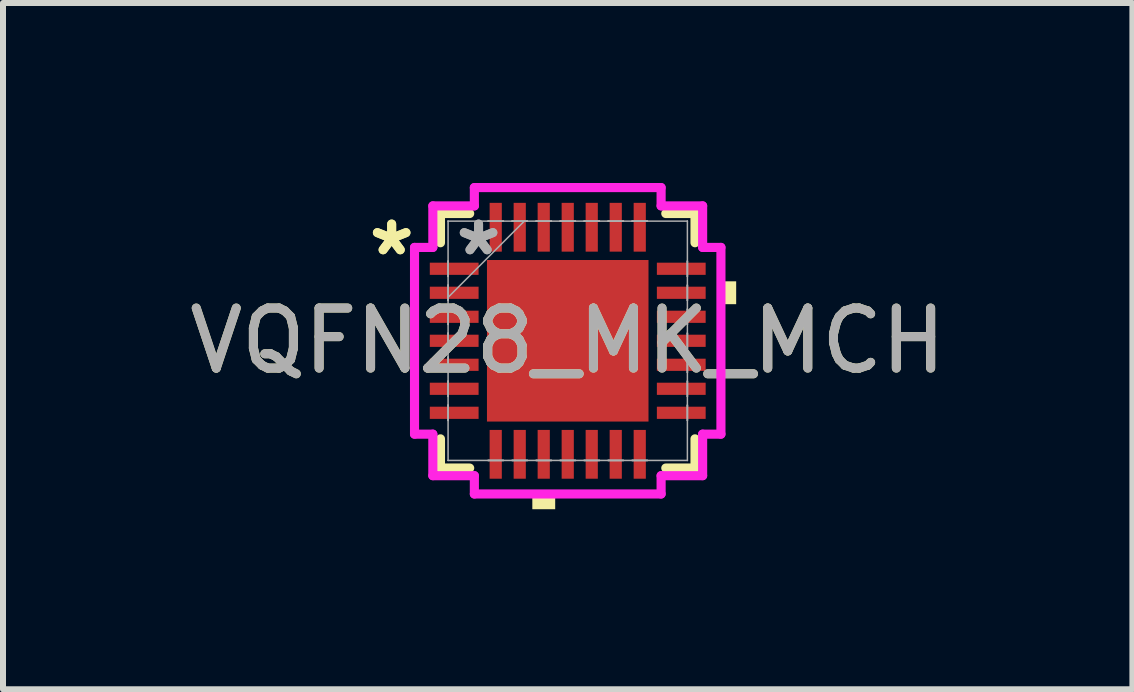
<source format=kicad_pcb>
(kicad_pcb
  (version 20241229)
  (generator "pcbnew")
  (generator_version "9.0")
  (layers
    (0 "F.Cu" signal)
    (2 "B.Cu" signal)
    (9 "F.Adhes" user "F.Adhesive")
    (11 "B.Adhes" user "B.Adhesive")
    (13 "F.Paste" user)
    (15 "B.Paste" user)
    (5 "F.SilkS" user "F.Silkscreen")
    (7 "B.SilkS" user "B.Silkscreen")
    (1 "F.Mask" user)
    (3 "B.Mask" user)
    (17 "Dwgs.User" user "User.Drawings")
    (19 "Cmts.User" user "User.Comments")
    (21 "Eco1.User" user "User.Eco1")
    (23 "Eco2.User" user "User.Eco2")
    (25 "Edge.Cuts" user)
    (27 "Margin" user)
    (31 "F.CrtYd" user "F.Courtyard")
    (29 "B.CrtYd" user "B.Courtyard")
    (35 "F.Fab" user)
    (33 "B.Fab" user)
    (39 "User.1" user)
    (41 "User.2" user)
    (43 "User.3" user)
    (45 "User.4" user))
  (footprint "VQFN28_MK_MCH"
    (layer "F.Cu")
    (at 6.411 2.629)
    (property "Reference" "VQFN28_MK_MCH" (at 0 0 0) (unlocked yes) (layer "F.SilkS") (effects (font (size 1 1) (thickness 0.15))))
    (attr smd)
    (fp_line (start -2.121 -2.121) (end -2.121 -1.634) (stroke (width 0.152) (type solid)) (layer "F.SilkS"))
    (fp_line (start -2.121 1.634) (end -2.121 2.121) (stroke (width 0.152) (type solid)) (layer "F.SilkS"))
    (fp_line (start -2.121 2.121) (end -1.634 2.121) (stroke (width 0.152) (type solid)) (layer "F.SilkS"))
    (fp_line (start -1.634 -2.121) (end -2.121 -2.121) (stroke (width 0.152) (type solid)) (layer "F.SilkS"))
    (fp_line (start 1.634 2.121) (end 2.121 2.121) (stroke (width 0.152) (type solid)) (layer "F.SilkS"))
    (fp_line (start 2.121 -2.121) (end 1.634 -2.121) (stroke (width 0.152) (type solid)) (layer "F.SilkS"))
    (fp_line (start 2.121 -1.634) (end 2.121 -2.121) (stroke (width 0.152) (type solid)) (layer "F.SilkS"))
    (fp_line (start 2.121 2.121) (end 2.121 1.634) (stroke (width 0.152) (type solid)) (layer "F.SilkS"))
    (fp_poly (pts (xy -0.59 2.553) (xy -0.59 2.807) (xy -0.209 2.807) (xy -0.209 2.553)) (stroke (width 0) (type solid)) (fill yes) (layer "F.SilkS"))
    (fp_poly (pts (xy 2.807 -0.991) (xy 2.807 -0.61) (xy 2.553 -0.61) (xy 2.553 -0.991)) (stroke (width 0) (type solid)) (fill yes) (layer "F.SilkS"))
    (fp_poly (pts (xy -1.246 -1.246) (xy -1.246 -0.1) (xy -0.1 -0.1) (xy -0.1 -1.246)) (stroke (width 0) (type solid)) (fill yes) (layer "F.Paste"))
    (fp_poly (pts (xy -1.246 0.1) (xy -1.246 1.246) (xy -0.1 1.246) (xy -0.1 0.1)) (stroke (width 0) (type solid)) (fill yes) (layer "F.Paste"))
    (fp_poly (pts (xy 0.1 -1.246) (xy 0.1 -0.1) (xy 1.246 -0.1) (xy 1.246 -1.246)) (stroke (width 0) (type solid)) (fill yes) (layer "F.Paste"))
    (fp_poly (pts (xy 0.1 0.1) (xy 0.1 1.246) (xy 1.246 1.246) (xy 1.246 0.1)) (stroke (width 0) (type solid)) (fill yes) (layer "F.Paste"))
    (fp_line (start -2.553 -1.556) (end -2.248 -1.556) (stroke (width 0.152) (type solid)) (layer "F.CrtYd"))
    (fp_line (start -2.553 1.556) (end -2.553 -1.556) (stroke (width 0.152) (type solid)) (layer "F.CrtYd"))
    (fp_line (start -2.248 -2.248) (end -1.556 -2.248) (stroke (width 0.152) (type solid)) (layer "F.CrtYd"))
    (fp_line (start -2.248 -1.556) (end -2.248 -2.248) (stroke (width 0.152) (type solid)) (layer "F.CrtYd"))
    (fp_line (start -2.248 1.556) (end -2.553 1.556) (stroke (width 0.152) (type solid)) (layer "F.CrtYd"))
    (fp_line (start -2.248 2.248) (end -2.248 1.556) (stroke (width 0.152) (type solid)) (layer "F.CrtYd"))
    (fp_line (start -1.556 -2.553) (end 1.556 -2.553) (stroke (width 0.152) (type solid)) (layer "F.CrtYd"))
    (fp_line (start -1.556 -2.248) (end -1.556 -2.553) (stroke (width 0.152) (type solid)) (layer "F.CrtYd"))
    (fp_line (start -1.556 2.248) (end -2.248 2.248) (stroke (width 0.152) (type solid)) (layer "F.CrtYd"))
    (fp_line (start -1.556 2.553) (end -1.556 2.248) (stroke (width 0.152) (type solid)) (layer "F.CrtYd"))
    (fp_line (start 1.556 -2.553) (end 1.556 -2.248) (stroke (width 0.152) (type solid)) (layer "F.CrtYd"))
    (fp_line (start 1.556 -2.248) (end 2.248 -2.248) (stroke (width 0.152) (type solid)) (layer "F.CrtYd"))
    (fp_line (start 1.556 2.248) (end 1.556 2.553) (stroke (width 0.152) (type solid)) (layer "F.CrtYd"))
    (fp_line (start 1.556 2.553) (end -1.556 2.553) (stroke (width 0.152) (type solid)) (layer "F.CrtYd"))
    (fp_line (start 2.248 -2.248) (end 2.248 -1.556) (stroke (width 0.152) (type solid)) (layer "F.CrtYd"))
    (fp_line (start 2.248 -1.556) (end 2.553 -1.556) (stroke (width 0.152) (type solid)) (layer "F.CrtYd"))
    (fp_line (start 2.248 1.556) (end 2.248 2.248) (stroke (width 0.152) (type solid)) (layer "F.CrtYd"))
    (fp_line (start 2.248 2.248) (end 1.556 2.248) (stroke (width 0.152) (type solid)) (layer "F.CrtYd"))
    (fp_line (start 2.553 -1.556) (end 2.553 1.556) (stroke (width 0.152) (type solid)) (layer "F.CrtYd"))
    (fp_line (start 2.553 1.556) (end 2.248 1.556) (stroke (width 0.152) (type solid)) (layer "F.CrtYd"))
    (fp_line (start -1.994 -1.994) (end -1.994 -1.994) (stroke (width 0.025) (type solid)) (layer "F.Fab"))
    (fp_line (start -1.994 -1.994) (end -1.994 1.994) (stroke (width 0.025) (type solid)) (layer "F.Fab"))
    (fp_line (start -1.994 -1.327) (end -1.994 -1.327) (stroke (width 0.025) (type solid)) (layer "F.Fab"))
    (fp_line (start -1.994 -1.327) (end -1.994 -1.073) (stroke (width 0.025) (type solid)) (layer "F.Fab"))
    (fp_line (start -1.994 -1.073) (end -1.994 -1.327) (stroke (width 0.025) (type solid)) (layer "F.Fab"))
    (fp_line (start -1.994 -1.073) (end -1.994 -1.073) (stroke (width 0.025) (type solid)) (layer "F.Fab"))
    (fp_line (start -1.994 -0.927) (end -1.994 -0.927) (stroke (width 0.025) (type solid)) (layer "F.Fab"))
    (fp_line (start -1.994 -0.927) (end -1.994 -0.673) (stroke (width 0.025) (type solid)) (layer "F.Fab"))
    (fp_line (start -1.994 -0.724) (end -0.724 -1.994) (stroke (width 0.025) (type solid)) (layer "F.Fab"))
    (fp_line (start -1.994 -0.673) (end -1.994 -0.927) (stroke (width 0.025) (type solid)) (layer "F.Fab"))
    (fp_line (start -1.994 -0.673) (end -1.994 -0.673) (stroke (width 0.025) (type solid)) (layer "F.Fab"))
    (fp_line (start -1.994 -0.527) (end -1.994 -0.527) (stroke (width 0.025) (type solid)) (layer "F.Fab"))
    (fp_line (start -1.994 -0.527) (end -1.994 -0.273) (stroke (width 0.025) (type solid)) (layer "F.Fab"))
    (fp_line (start -1.994 -0.273) (end -1.994 -0.527) (stroke (width 0.025) (type solid)) (layer "F.Fab"))
    (fp_line (start -1.994 -0.273) (end -1.994 -0.273) (stroke (width 0.025) (type solid)) (layer "F.Fab"))
    (fp_line (start -1.994 -0.127) (end -1.994 -0.127) (stroke (width 0.025) (type solid)) (layer "F.Fab"))
    (fp_line (start -1.994 -0.127) (end -1.994 0.127) (stroke (width 0.025) (type solid)) (layer "F.Fab"))
    (fp_line (start -1.994 0.127) (end -1.994 -0.127) (stroke (width 0.025) (type solid)) (layer "F.Fab"))
    (fp_line (start -1.994 0.127) (end -1.994 0.127) (stroke (width 0.025) (type solid)) (layer "F.Fab"))
    (fp_line (start -1.994 0.273) (end -1.994 0.273) (stroke (width 0.025) (type solid)) (layer "F.Fab"))
    (fp_line (start -1.994 0.273) (end -1.994 0.527) (stroke (width 0.025) (type solid)) (layer "F.Fab"))
    (fp_line (start -1.994 0.527) (end -1.994 0.273) (stroke (width 0.025) (type solid)) (layer "F.Fab"))
    (fp_line (start -1.994 0.527) (end -1.994 0.527) (stroke (width 0.025) (type solid)) (layer "F.Fab"))
    (fp_line (start -1.994 0.673) (end -1.994 0.673) (stroke (width 0.025) (type solid)) (layer "F.Fab"))
    (fp_line (start -1.994 0.673) (end -1.994 0.927) (stroke (width 0.025) (type solid)) (layer "F.Fab"))
    (fp_line (start -1.994 0.927) (end -1.994 0.673) (stroke (width 0.025) (type solid)) (layer "F.Fab"))
    (fp_line (start -1.994 0.927) (end -1.994 0.927) (stroke (width 0.025) (type solid)) (layer "F.Fab"))
    (fp_line (start -1.994 1.073) (end -1.994 1.073) (stroke (width 0.025) (type solid)) (layer "F.Fab"))
    (fp_line (start -1.994 1.073) (end -1.994 1.327) (stroke (width 0.025) (type solid)) (layer "F.Fab"))
    (fp_line (start -1.994 1.327) (end -1.994 1.073) (stroke (width 0.025) (type solid)) (layer "F.Fab"))
    (fp_line (start -1.994 1.327) (end -1.994 1.327) (stroke (width 0.025) (type solid)) (layer "F.Fab"))
    (fp_line (start -1.994 1.994) (end -1.994 1.994) (stroke (width 0.025) (type solid)) (layer "F.Fab"))
    (fp_line (start -1.994 1.994) (end 1.994 1.994) (stroke (width 0.025) (type solid)) (layer "F.Fab"))
    (fp_line (start -1.327 -1.994) (end -1.327 -1.994) (stroke (width 0.025) (type solid)) (layer "F.Fab"))
    (fp_line (start -1.327 -1.994) (end -1.073 -1.994) (stroke (width 0.025) (type solid)) (layer "F.Fab"))
    (fp_line (start -1.327 1.994) (end -1.327 1.994) (stroke (width 0.025) (type solid)) (layer "F.Fab"))
    (fp_line (start -1.327 1.994) (end -1.073 1.994) (stroke (width 0.025) (type solid)) (layer "F.Fab"))
    (fp_line (start -1.073 -1.994) (end -1.327 -1.994) (stroke (width 0.025) (type solid)) (layer "F.Fab"))
    (fp_line (start -1.073 -1.994) (end -1.073 -1.994) (stroke (width 0.025) (type solid)) (layer "F.Fab"))
    (fp_line (start -1.073 1.994) (end -1.327 1.994) (stroke (width 0.025) (type solid)) (layer "F.Fab"))
    (fp_line (start -1.073 1.994) (end -1.073 1.994) (stroke (width 0.025) (type solid)) (layer "F.Fab"))
    (fp_line (start -0.927 -1.994) (end -0.927 -1.994) (stroke (width 0.025) (type solid)) (layer "F.Fab"))
    (fp_line (start -0.927 -1.994) (end -0.673 -1.994) (stroke (width 0.025) (type solid)) (layer "F.Fab"))
    (fp_line (start -0.927 1.994) (end -0.927 1.994) (stroke (width 0.025) (type solid)) (layer "F.Fab"))
    (fp_line (start -0.927 1.994) (end -0.673 1.994) (stroke (width 0.025) (type solid)) (layer "F.Fab"))
    (fp_line (start -0.673 -1.994) (end -0.927 -1.994) (stroke (width 0.025) (type solid)) (layer "F.Fab"))
    (fp_line (start -0.673 -1.994) (end -0.673 -1.994) (stroke (width 0.025) (type solid)) (layer "F.Fab"))
    (fp_line (start -0.673 1.994) (end -0.927 1.994) (stroke (width 0.025) (type solid)) (layer "F.Fab"))
    (fp_line (start -0.673 1.994) (end -0.673 1.994) (stroke (width 0.025) (type solid)) (layer "F.Fab"))
    (fp_line (start -0.527 -1.994) (end -0.527 -1.994) (stroke (width 0.025) (type solid)) (layer "F.Fab"))
    (fp_line (start -0.527 -1.994) (end -0.273 -1.994) (stroke (width 0.025) (type solid)) (layer "F.Fab"))
    (fp_line (start -0.527 1.994) (end -0.527 1.994) (stroke (width 0.025) (type solid)) (layer "F.Fab"))
    (fp_line (start -0.527 1.994) (end -0.273 1.994) (stroke (width 0.025) (type solid)) (layer "F.Fab"))
    (fp_line (start -0.273 -1.994) (end -0.527 -1.994) (stroke (width 0.025) (type solid)) (layer "F.Fab"))
    (fp_line (start -0.273 -1.994) (end -0.273 -1.994) (stroke (width 0.025) (type solid)) (layer "F.Fab"))
    (fp_line (start -0.273 1.994) (end -0.527 1.994) (stroke (width 0.025) (type solid)) (layer "F.Fab"))
    (fp_line (start -0.273 1.994) (end -0.273 1.994) (stroke (width 0.025) (type solid)) (layer "F.Fab"))
    (fp_line (start -0.127 -1.994) (end -0.127 -1.994) (stroke (width 0.025) (type solid)) (layer "F.Fab"))
    (fp_line (start -0.127 -1.994) (end 0.127 -1.994) (stroke (width 0.025) (type solid)) (layer "F.Fab"))
    (fp_line (start -0.127 1.994) (end -0.127 1.994) (stroke (width 0.025) (type solid)) (layer "F.Fab"))
    (fp_line (start -0.127 1.994) (end 0.127 1.994) (stroke (width 0.025) (type solid)) (layer "F.Fab"))
    (fp_line (start 0.127 -1.994) (end -0.127 -1.994) (stroke (width 0.025) (type solid)) (layer "F.Fab"))
    (fp_line (start 0.127 -1.994) (end 0.127 -1.994) (stroke (width 0.025) (type solid)) (layer "F.Fab"))
    (fp_line (start 0.127 1.994) (end -0.127 1.994) (stroke (width 0.025) (type solid)) (layer "F.Fab"))
    (fp_line (start 0.127 1.994) (end 0.127 1.994) (stroke (width 0.025) (type solid)) (layer "F.Fab"))
    (fp_line (start 0.273 -1.994) (end 0.273 -1.994) (stroke (width 0.025) (type solid)) (layer "F.Fab"))
    (fp_line (start 0.273 -1.994) (end 0.527 -1.994) (stroke (width 0.025) (type solid)) (layer "F.Fab"))
    (fp_line (start 0.273 1.994) (end 0.273 1.994) (stroke (width 0.025) (type solid)) (layer "F.Fab"))
    (fp_line (start 0.273 1.994) (end 0.527 1.994) (stroke (width 0.025) (type solid)) (layer "F.Fab"))
    (fp_line (start 0.527 -1.994) (end 0.273 -1.994) (stroke (width 0.025) (type solid)) (layer "F.Fab"))
    (fp_line (start 0.527 -1.994) (end 0.527 -1.994) (stroke (width 0.025) (type solid)) (layer "F.Fab"))
    (fp_line (start 0.527 1.994) (end 0.273 1.994) (stroke (width 0.025) (type solid)) (layer "F.Fab"))
    (fp_line (start 0.527 1.994) (end 0.527 1.994) (stroke (width 0.025) (type solid)) (layer "F.Fab"))
    (fp_line (start 0.673 -1.994) (end 0.673 -1.994) (stroke (width 0.025) (type solid)) (layer "F.Fab"))
    (fp_line (start 0.673 -1.994) (end 0.927 -1.994) (stroke (width 0.025) (type solid)) (layer "F.Fab"))
    (fp_line (start 0.673 1.994) (end 0.673 1.994) (stroke (width 0.025) (type solid)) (layer "F.Fab"))
    (fp_line (start 0.673 1.994) (end 0.927 1.994) (stroke (width 0.025) (type solid)) (layer "F.Fab"))
    (fp_line (start 0.927 -1.994) (end 0.673 -1.994) (stroke (width 0.025) (type solid)) (layer "F.Fab"))
    (fp_line (start 0.927 -1.994) (end 0.927 -1.994) (stroke (width 0.025) (type solid)) (layer "F.Fab"))
    (fp_line (start 0.927 1.994) (end 0.673 1.994) (stroke (width 0.025) (type solid)) (layer "F.Fab"))
    (fp_line (start 0.927 1.994) (end 0.927 1.994) (stroke (width 0.025) (type solid)) (layer "F.Fab"))
    (fp_line (start 1.073 -1.994) (end 1.073 -1.994) (stroke (width 0.025) (type solid)) (layer "F.Fab"))
    (fp_line (start 1.073 -1.994) (end 1.327 -1.994) (stroke (width 0.025) (type solid)) (layer "F.Fab"))
    (fp_line (start 1.073 1.994) (end 1.073 1.994) (stroke (width 0.025) (type solid)) (layer "F.Fab"))
    (fp_line (start 1.073 1.994) (end 1.327 1.994) (stroke (width 0.025) (type solid)) (layer "F.Fab"))
    (fp_line (start 1.327 -1.994) (end 1.073 -1.994) (stroke (width 0.025) (type solid)) (layer "F.Fab"))
    (fp_line (start 1.327 -1.994) (end 1.327 -1.994) (stroke (width 0.025) (type solid)) (layer "F.Fab"))
    (fp_line (start 1.327 1.994) (end 1.073 1.994) (stroke (width 0.025) (type solid)) (layer "F.Fab"))
    (fp_line (start 1.327 1.994) (end 1.327 1.994) (stroke (width 0.025) (type solid)) (layer "F.Fab"))
    (fp_line (start 1.994 -1.994) (end -1.994 -1.994) (stroke (width 0.025) (type solid)) (layer "F.Fab"))
    (fp_line (start 1.994 -1.994) (end 1.994 -1.994) (stroke (width 0.025) (type solid)) (layer "F.Fab"))
    (fp_line (start 1.994 -1.327) (end 1.994 -1.327) (stroke (width 0.025) (type solid)) (layer "F.Fab"))
    (fp_line (start 1.994 -1.327) (end 1.994 -1.073) (stroke (width 0.025) (type solid)) (layer "F.Fab"))
    (fp_line (start 1.994 -1.073) (end 1.994 -1.327) (stroke (width 0.025) (type solid)) (layer "F.Fab"))
    (fp_line (start 1.994 -1.073) (end 1.994 -1.073) (stroke (width 0.025) (type solid)) (layer "F.Fab"))
    (fp_line (start 1.994 -0.927) (end 1.994 -0.927) (stroke (width 0.025) (type solid)) (layer "F.Fab"))
    (fp_line (start 1.994 -0.927) (end 1.994 -0.673) (stroke (width 0.025) (type solid)) (layer "F.Fab"))
    (fp_line (start 1.994 -0.673) (end 1.994 -0.927) (stroke (width 0.025) (type solid)) (layer "F.Fab"))
    (fp_line (start 1.994 -0.673) (end 1.994 -0.673) (stroke (width 0.025) (type solid)) (layer "F.Fab"))
    (fp_line (start 1.994 -0.527) (end 1.994 -0.527) (stroke (width 0.025) (type solid)) (layer "F.Fab"))
    (fp_line (start 1.994 -0.527) (end 1.994 -0.273) (stroke (width 0.025) (type solid)) (layer "F.Fab"))
    (fp_line (start 1.994 -0.273) (end 1.994 -0.527) (stroke (width 0.025) (type solid)) (layer "F.Fab"))
    (fp_line (start 1.994 -0.273) (end 1.994 -0.273) (stroke (width 0.025) (type solid)) (layer "F.Fab"))
    (fp_line (start 1.994 -0.127) (end 1.994 -0.127) (stroke (width 0.025) (type solid)) (layer "F.Fab"))
    (fp_line (start 1.994 -0.127) (end 1.994 0.127) (stroke (width 0.025) (type solid)) (layer "F.Fab"))
    (fp_line (start 1.994 0.127) (end 1.994 -0.127) (stroke (width 0.025) (type solid)) (layer "F.Fab"))
    (fp_line (start 1.994 0.127) (end 1.994 0.127) (stroke (width 0.025) (type solid)) (layer "F.Fab"))
    (fp_line (start 1.994 0.273) (end 1.994 0.273) (stroke (width 0.025) (type solid)) (layer "F.Fab"))
    (fp_line (start 1.994 0.273) (end 1.994 0.527) (stroke (width 0.025) (type solid)) (layer "F.Fab"))
    (fp_line (start 1.994 0.527) (end 1.994 0.273) (stroke (width 0.025) (type solid)) (layer "F.Fab"))
    (fp_line (start 1.994 0.527) (end 1.994 0.527) (stroke (width 0.025) (type solid)) (layer "F.Fab"))
    (fp_line (start 1.994 0.673) (end 1.994 0.673) (stroke (width 0.025) (type solid)) (layer "F.Fab"))
    (fp_line (start 1.994 0.673) (end 1.994 0.927) (stroke (width 0.025) (type solid)) (layer "F.Fab"))
    (fp_line (start 1.994 0.927) (end 1.994 0.673) (stroke (width 0.025) (type solid)) (layer "F.Fab"))
    (fp_line (start 1.994 0.927) (end 1.994 0.927) (stroke (width 0.025) (type solid)) (layer "F.Fab"))
    (fp_line (start 1.994 1.073) (end 1.994 1.073) (stroke (width 0.025) (type solid)) (layer "F.Fab"))
    (fp_line (start 1.994 1.073) (end 1.994 1.327) (stroke (width 0.025) (type solid)) (layer "F.Fab"))
    (fp_line (start 1.994 1.327) (end 1.994 1.073) (stroke (width 0.025) (type solid)) (layer "F.Fab"))
    (fp_line (start 1.994 1.327) (end 1.994 1.327) (stroke (width 0.025) (type solid)) (layer "F.Fab"))
    (fp_line (start 1.994 1.994) (end 1.994 -1.994) (stroke (width 0.025) (type solid)) (layer "F.Fab"))
    (fp_line (start 1.994 1.994) (end 1.994 1.994) (stroke (width 0.025) (type solid)) (layer "F.Fab"))
    (fp_text user "*" (at -2.934 -1.4 0) (unlocked yes) (layer "F.SilkS") (effects (font (size 1 1) (thickness 0.15))))
    (fp_text user "*" (at -2.934 -1.4 0) (layer "F.SilkS") (effects (font (size 1 1) (thickness 0.15))))
    (fp_text user "*" (at -1.486 -1.4 0) (layer "F.Fab") (effects (font (size 1 1) (thickness 0.15))))
    (fp_text user "${REFERENCE}" (at 0 0 0) (unlocked yes) (layer "F.Fab") (effects (font (size 1 1) (thickness 0.15))))
    (fp_text user "*" (at -1.486 -1.4 0) (unlocked yes) (layer "F.Fab") (effects (font (size 1 1) (thickness 0.15))))
    (pad "1" smd rect (at -1.892 -1.2 90) (size 0.203 0.813) (layers "F.Cu" "F.Mask" "F.Paste"))
    (pad "2" smd rect (at -1.892 -0.8 90) (size 0.203 0.813) (layers "F.Cu" "F.Mask" "F.Paste"))
    (pad "3" smd rect (at -1.892 -0.4 90) (size 0.203 0.813) (layers "F.Cu" "F.Mask" "F.Paste"))
    (pad "4" smd rect (at -1.892 0 90) (size 0.203 0.813) (layers "F.Cu" "F.Mask" "F.Paste"))
    (pad "5" smd rect (at -1.892 0.4 90) (size 0.203 0.813) (layers "F.Cu" "F.Mask" "F.Paste"))
    (pad "6" smd rect (at -1.892 0.8 90) (size 0.203 0.813) (layers "F.Cu" "F.Mask" "F.Paste"))
    (pad "7" smd rect (at -1.892 1.2 90) (size 0.203 0.813) (layers "F.Cu" "F.Mask" "F.Paste"))
    (pad "8" smd rect (at -1.2 1.892) (size 0.203 0.813) (layers "F.Cu" "F.Mask" "F.Paste"))
    (pad "9" smd rect (at -0.8 1.892) (size 0.203 0.813) (layers "F.Cu" "F.Mask" "F.Paste"))
    (pad "10" smd rect (at -0.4 1.892) (size 0.203 0.813) (layers "F.Cu" "F.Mask" "F.Paste"))
    (pad "11" smd rect (at 0 1.892) (size 0.203 0.813) (layers "F.Cu" "F.Mask" "F.Paste"))
    (pad "12" smd rect (at 0.4 1.892) (size 0.203 0.813) (layers "F.Cu" "F.Mask" "F.Paste"))
    (pad "13" smd rect (at 0.8 1.892) (size 0.203 0.813) (layers "F.Cu" "F.Mask" "F.Paste"))
    (pad "14" smd rect (at 1.2 1.892) (size 0.203 0.813) (layers "F.Cu" "F.Mask" "F.Paste"))
    (pad "15" smd rect (at 1.892 1.2 90) (size 0.203 0.813) (layers "F.Cu" "F.Mask" "F.Paste"))
    (pad "16" smd rect (at 1.892 0.8 90) (size 0.203 0.813) (layers "F.Cu" "F.Mask" "F.Paste"))
    (pad "17" smd rect (at 1.892 0.4 90) (size 0.203 0.813) (layers "F.Cu" "F.Mask" "F.Paste"))
    (pad "18" smd rect (at 1.892 0 90) (size 0.203 0.813) (layers "F.Cu" "F.Mask" "F.Paste"))
    (pad "19" smd rect (at 1.892 -0.4 90) (size 0.203 0.813) (layers "F.Cu" "F.Mask" "F.Paste"))
    (pad "20" smd rect (at 1.892 -0.8 90) (size 0.203 0.813) (layers "F.Cu" "F.Mask" "F.Paste"))
    (pad "21" smd rect (at 1.892 -1.2 90) (size 0.203 0.813) (layers "F.Cu" "F.Mask" "F.Paste"))
    (pad "22" smd rect (at 1.2 -1.892) (size 0.203 0.813) (layers "F.Cu" "F.Mask" "F.Paste"))
    (pad "23" smd rect (at 0.8 -1.892) (size 0.203 0.813) (layers "F.Cu" "F.Mask" "F.Paste"))
    (pad "24" smd rect (at 0.4 -1.892) (size 0.203 0.813) (layers "F.Cu" "F.Mask" "F.Paste"))
    (pad "25" smd rect (at 0 -1.892) (size 0.203 0.813) (layers "F.Cu" "F.Mask" "F.Paste"))
    (pad "26" smd rect (at -0.4 -1.892) (size 0.203 0.813) (layers "F.Cu" "F.Mask" "F.Paste"))
    (pad "27" smd rect (at -0.8 -1.892) (size 0.203 0.813) (layers "F.Cu" "F.Mask" "F.Paste"))
    (pad "28" smd rect (at -1.2 -1.892) (size 0.203 0.813) (layers "F.Cu" "F.Mask" "F.Paste"))
    (pad "29" smd rect (at 0 0) (size 2.692 2.692) (layers "F.Cu" "F.Mask" "F.Paste")))
  (gr_rect
    (start -3 -3)
    (end 15.821 8.436)
    (stroke (width 0.1) (type default))
    (fill no)
    (layer "Edge.Cuts")))
</source>
